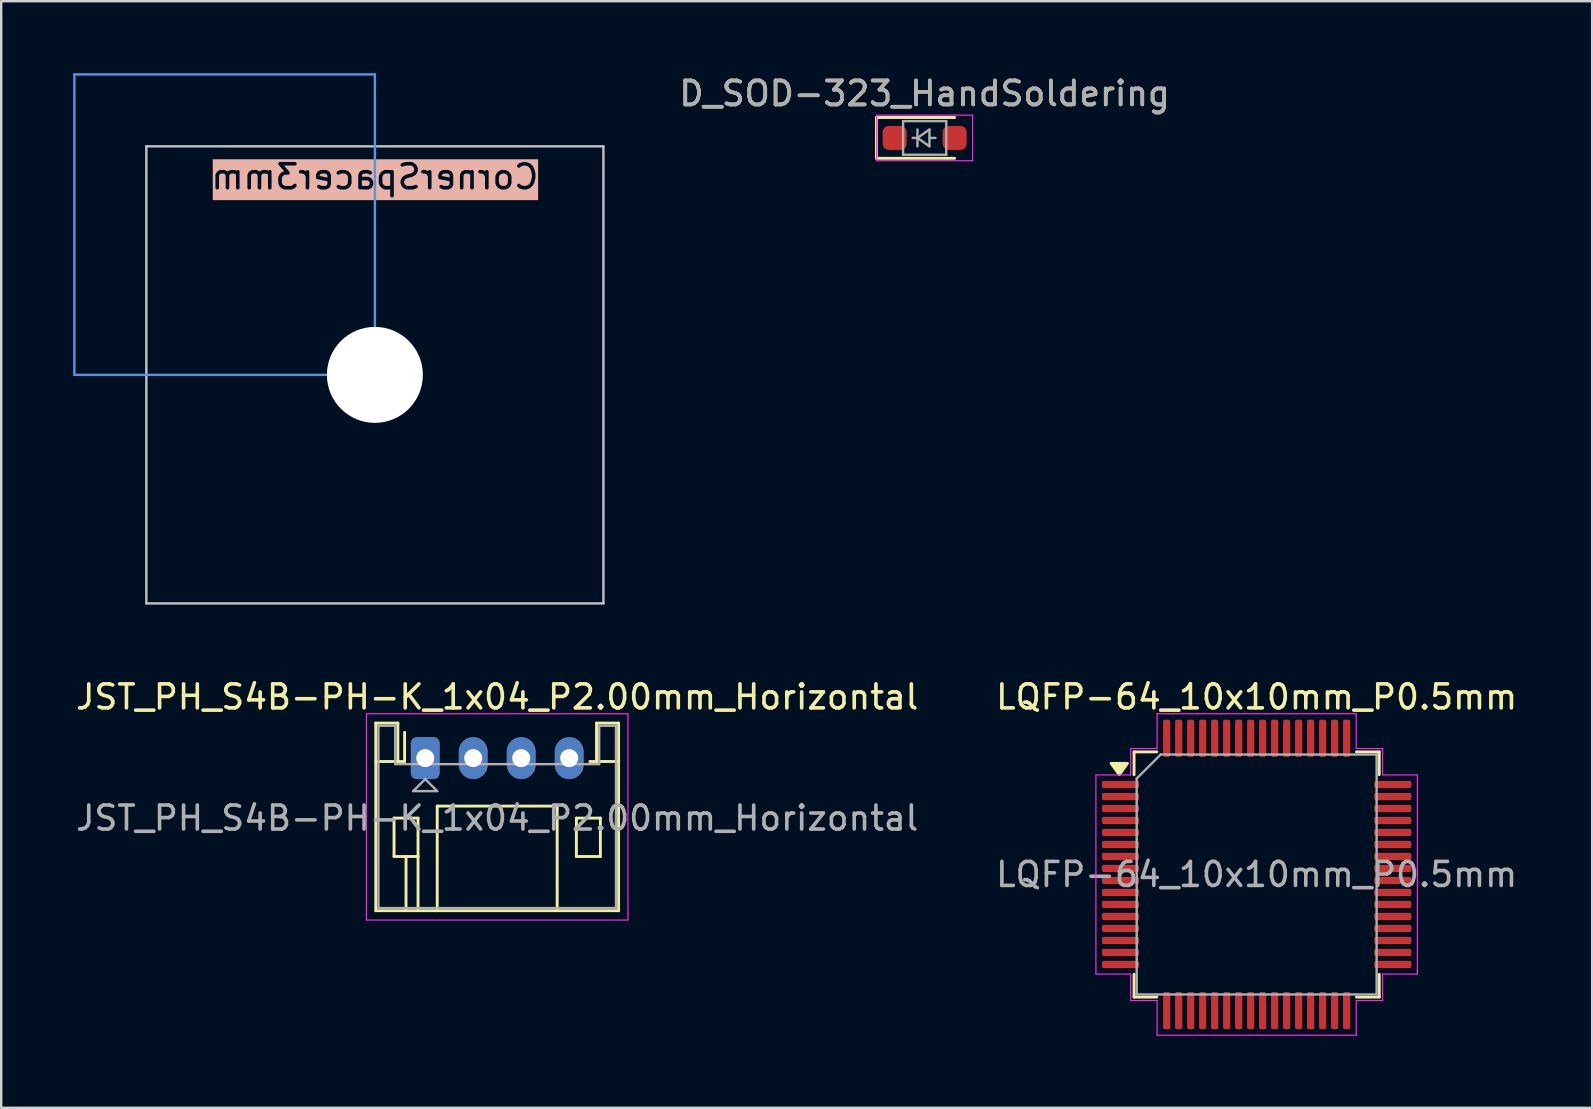
<source format=kicad_pcb>
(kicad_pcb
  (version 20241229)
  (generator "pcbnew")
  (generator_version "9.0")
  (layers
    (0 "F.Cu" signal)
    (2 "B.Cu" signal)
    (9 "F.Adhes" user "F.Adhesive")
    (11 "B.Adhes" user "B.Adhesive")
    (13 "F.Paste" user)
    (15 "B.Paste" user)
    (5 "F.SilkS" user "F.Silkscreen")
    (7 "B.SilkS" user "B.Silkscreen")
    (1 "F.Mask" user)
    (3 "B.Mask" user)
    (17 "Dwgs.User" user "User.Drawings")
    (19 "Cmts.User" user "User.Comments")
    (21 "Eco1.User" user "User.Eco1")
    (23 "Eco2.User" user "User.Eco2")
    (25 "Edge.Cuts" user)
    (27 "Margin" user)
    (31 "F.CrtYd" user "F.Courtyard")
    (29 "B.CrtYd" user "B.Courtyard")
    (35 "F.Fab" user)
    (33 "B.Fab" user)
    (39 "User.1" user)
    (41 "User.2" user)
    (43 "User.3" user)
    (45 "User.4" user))
  (footprint "JST_PH_S4B-PH-K_1x04_P2.00mm_Horizontal"
    (layer "F.Cu")
    (at 14.673 28.548)
    (property "Reference" "JST_PH_S4B-PH-K_1x04_P2.00mm_Horizontal" (at 3 -2.55 0) (layer "F.SilkS") (effects (font (size 1 1) (thickness 0.15))))
    (attr through_hole)
    (fp_line (start -2.06 -1.46) (end -2.06 6.36) (stroke (width 0.12) (type solid)) (layer "F.SilkS"))
    (fp_line (start -2.06 0.14) (end -1.14 0.14) (stroke (width 0.12) (type solid)) (layer "F.SilkS"))
    (fp_line (start -2.06 6.36) (end 8.06 6.36) (stroke (width 0.12) (type solid)) (layer "F.SilkS"))
    (fp_line (start -1.3 2.5) (end -1.3 4.1) (stroke (width 0.12) (type solid)) (layer "F.SilkS"))
    (fp_line (start -1.3 4.1) (end -0.3 4.1) (stroke (width 0.12) (type solid)) (layer "F.SilkS"))
    (fp_line (start -1.14 -1.46) (end -2.06 -1.46) (stroke (width 0.12) (type solid)) (layer "F.SilkS"))
    (fp_line (start -1.14 0.14) (end -1.14 -1.46) (stroke (width 0.12) (type solid)) (layer "F.SilkS"))
    (fp_line (start -0.86 0.14) (end -1.14 0.14) (stroke (width 0.12) (type solid)) (layer "F.SilkS"))
    (fp_line (start -0.86 0.14) (end -0.86 -1.075) (stroke (width 0.12) (type solid)) (layer "F.SilkS"))
    (fp_line (start -0.8 4.1) (end -0.8 6.36) (stroke (width 0.12) (type solid)) (layer "F.SilkS"))
    (fp_line (start -0.3 2.5) (end -1.3 2.5) (stroke (width 0.12) (type solid)) (layer "F.SilkS"))
    (fp_line (start -0.3 4.1) (end -0.3 2.5) (stroke (width 0.12) (type solid)) (layer "F.SilkS"))
    (fp_line (start -0.3 4.1) (end -0.3 6.36) (stroke (width 0.12) (type solid)) (layer "F.SilkS"))
    (fp_line (start 0.5 2) (end 5.5 2) (stroke (width 0.12) (type solid)) (layer "F.SilkS"))
    (fp_line (start 0.5 6.36) (end 0.5 2) (stroke (width 0.12) (type solid)) (layer "F.SilkS"))
    (fp_line (start 5.5 2) (end 5.5 6.36) (stroke (width 0.12) (type solid)) (layer "F.SilkS"))
    (fp_line (start 6.3 2.5) (end 7.3 2.5) (stroke (width 0.12) (type solid)) (layer "F.SilkS"))
    (fp_line (start 6.3 4.1) (end 6.3 2.5) (stroke (width 0.12) (type solid)) (layer "F.SilkS"))
    (fp_line (start 7.14 0.14) (end 6.86 0.14) (stroke (width 0.12) (type solid)) (layer "F.SilkS"))
    (fp_line (start 7.14 -1.46) (end 7.14 0.14) (stroke (width 0.12) (type solid)) (layer "F.SilkS"))
    (fp_line (start 7.3 2.5) (end 7.3 4.1) (stroke (width 0.12) (type solid)) (layer "F.SilkS"))
    (fp_line (start 7.3 4.1) (end 6.3 4.1) (stroke (width 0.12) (type solid)) (layer "F.SilkS"))
    (fp_line (start 8.06 -1.46) (end 7.14 -1.46) (stroke (width 0.12) (type solid)) (layer "F.SilkS"))
    (fp_line (start 8.06 0.14) (end 7.14 0.14) (stroke (width 0.12) (type solid)) (layer "F.SilkS"))
    (fp_line (start 8.06 6.36) (end 8.06 -1.46) (stroke (width 0.12) (type solid)) (layer "F.SilkS"))
    (fp_line (start -2.45 -1.85) (end -2.45 6.75) (stroke (width 0.05) (type solid)) (layer "F.CrtYd"))
    (fp_line (start -2.45 6.75) (end 8.45 6.75) (stroke (width 0.05) (type solid)) (layer "F.CrtYd"))
    (fp_line (start 8.45 -1.85) (end -2.45 -1.85) (stroke (width 0.05) (type solid)) (layer "F.CrtYd"))
    (fp_line (start 8.45 6.75) (end 8.45 -1.85) (stroke (width 0.05) (type solid)) (layer "F.CrtYd"))
    (fp_line (start -1.95 -1.35) (end -1.95 6.25) (stroke (width 0.1) (type solid)) (layer "F.Fab"))
    (fp_line (start -1.95 6.25) (end 7.95 6.25) (stroke (width 0.1) (type solid)) (layer "F.Fab"))
    (fp_line (start -1.25 -1.35) (end -1.95 -1.35) (stroke (width 0.1) (type solid)) (layer "F.Fab"))
    (fp_line (start -1.25 0.25) (end -1.25 -1.35) (stroke (width 0.1) (type solid)) (layer "F.Fab"))
    (fp_line (start -0.5 1.375) (end 0.5 1.375) (stroke (width 0.1) (type solid)) (layer "F.Fab"))
    (fp_line (start 0 0.875) (end -0.5 1.375) (stroke (width 0.1) (type solid)) (layer "F.Fab"))
    (fp_line (start 0.5 1.375) (end 0 0.875) (stroke (width 0.1) (type solid)) (layer "F.Fab"))
    (fp_line (start 7.25 -1.35) (end 7.25 0.25) (stroke (width 0.1) (type solid)) (layer "F.Fab"))
    (fp_line (start 7.25 0.25) (end -1.25 0.25) (stroke (width 0.1) (type solid)) (layer "F.Fab"))
    (fp_line (start 7.95 -1.35) (end 7.25 -1.35) (stroke (width 0.1) (type solid)) (layer "F.Fab"))
    (fp_line (start 7.95 6.25) (end 7.95 -1.35) (stroke (width 0.1) (type solid)) (layer "F.Fab"))
    (fp_text user "${REFERENCE}" (at 3 2.5 0) (layer "F.Fab") (effects (font (size 1 1) (thickness 0.15))))
    (pad "1" thru_hole roundrect (at 0 0 180) (size 1.2 1.75) (drill 0.75) (layers "*.Cu" "*.Mask") (roundrect_rratio 0.208))
    (pad "2" thru_hole oval (at 2 0 180) (size 1.2 1.75) (drill 0.75) (layers "*.Cu" "*.Mask"))
    (pad "3" thru_hole oval (at 4 0 180) (size 1.2 1.75) (drill 0.75) (layers "*.Cu" "*.Mask"))
    (pad "4" thru_hole oval (at 6 0 180) (size 1.2 1.75) (drill 0.75) (layers "*.Cu" "*.Mask")))
  (footprint "D_SOD-323_HandSoldering"
    (layer "F.Cu")
    (at 35.489 2.698)
    (property "Reference" "D_SOD-323_HandSoldering" (at 0 -1.85 0) (layer "F.SilkS") (effects (font (size 1 1) (thickness 0.15))))
    (attr smd)
    (fp_line (start -2.01 -0.85) (end -2.01 0.85) (stroke (width 0.12) (type solid)) (layer "F.SilkS"))
    (fp_line (start -2.01 -0.85) (end 1.25 -0.85) (stroke (width 0.12) (type solid)) (layer "F.SilkS"))
    (fp_line (start -2.01 0.85) (end 1.25 0.85) (stroke (width 0.12) (type solid)) (layer "F.SilkS"))
    (fp_line (start -2 -0.95) (end -2 0.95) (stroke (width 0.05) (type solid)) (layer "F.CrtYd"))
    (fp_line (start -2 -0.95) (end 2 -0.95) (stroke (width 0.05) (type solid)) (layer "F.CrtYd"))
    (fp_line (start -2 0.95) (end 2 0.95) (stroke (width 0.05) (type solid)) (layer "F.CrtYd"))
    (fp_line (start 2 -0.95) (end 2 0.95) (stroke (width 0.05) (type solid)) (layer "F.CrtYd"))
    (fp_line (start -0.9 -0.7) (end 0.9 -0.7) (stroke (width 0.1) (type solid)) (layer "F.Fab"))
    (fp_line (start -0.9 0.7) (end -0.9 -0.7) (stroke (width 0.1) (type solid)) (layer "F.Fab"))
    (fp_line (start -0.3 -0.35) (end -0.3 0.35) (stroke (width 0.1) (type solid)) (layer "F.Fab"))
    (fp_line (start -0.3 0) (end -0.5 0) (stroke (width 0.1) (type solid)) (layer "F.Fab"))
    (fp_line (start -0.3 0) (end 0.2 -0.35) (stroke (width 0.1) (type solid)) (layer "F.Fab"))
    (fp_line (start 0.2 -0.35) (end 0.2 0.35) (stroke (width 0.1) (type solid)) (layer "F.Fab"))
    (fp_line (start 0.2 0) (end 0.45 0) (stroke (width 0.1) (type solid)) (layer "F.Fab"))
    (fp_line (start 0.2 0.35) (end -0.3 0) (stroke (width 0.1) (type solid)) (layer "F.Fab"))
    (fp_line (start 0.9 -0.7) (end 0.9 0.7) (stroke (width 0.1) (type solid)) (layer "F.Fab"))
    (fp_line (start 0.9 0.7) (end -0.9 0.7) (stroke (width 0.1) (type solid)) (layer "F.Fab"))
    (fp_text user "${REFERENCE}" (at 0 -1.85 0) (layer "F.Fab") (effects (font (size 1 1) (thickness 0.15))))
    (pad "1" smd roundrect (at -1.25 0 180) (size 1 1) (layers "F.Cu" "F.Mask" "F.Paste") (roundrect_rratio 0.25))
    (pad "2" smd roundrect (at 1.25 0 180) (size 1 1) (layers "F.Cu" "F.Mask" "F.Paste") (roundrect_rratio 0.25)))
  (footprint "CornerSpacer3mm"
    (layer "F.Cu")
    (at 12.575 12.575)
    (property "Reference" "CornerSpacer3mm" (at 0 -8.255 0) (layer "B.SilkS" knockout) (effects (font (size 1 1) (thickness 0.15)) (justify mirror)))
    (attr through_hole board_only exclude_from_pos_files exclude_from_bom allow_missing_courtyard dnp)
    (fp_line (start -9.525 -9.525) (end -9.525 9.525) (stroke (width 0.1) (type solid)) (layer "Dwgs.User"))
    (fp_line (start -9.525 9.525) (end 9.525 9.525) (stroke (width 0.1) (type solid)) (layer "Dwgs.User"))
    (fp_line (start 9.525 -9.525) (end -9.525 -9.525) (stroke (width 0.1) (type solid)) (layer "Dwgs.User"))
    (fp_line (start 9.525 9.525) (end 9.525 -9.525) (stroke (width 0.1) (type solid)) (layer "Dwgs.User"))
    (fp_line (start -12.525 0) (end -12.525 -12.525) (stroke (width 0.1) (type default)) (layer "Cmts.User"))
    (fp_line (start -9.525 0) (end -12.525 0) (stroke (width 0.1) (type default)) (layer "Cmts.User"))
    (fp_line (start 0 -12.525) (end -12.525 -12.525) (stroke (width 0.1) (type default)) (layer "Cmts.User"))
    (fp_line (start 0 -9.525) (end 0 -12.525) (stroke (width 0.1) (type default)) (layer "Cmts.User"))
    (fp_line (start 0 0) (end -9.525 0) (stroke (width 0.1) (type default)) (layer "Cmts.User"))
    (fp_line (start 0 0) (end 0 -9.525) (stroke (width 0.1) (type default)) (layer "Cmts.User"))
    (pad "" np_thru_hole circle (at 0 0) (size 4 4) (drill 4) (layers "*.Cu" "*.Mask")))
  (footprint "LQFP-64_10x10mm_P0.5mm"
    (layer "F.Cu")
    (at 49.327 33.398)
    (property "Reference" "LQFP-64_10x10mm_P0.5mm" (at 0 -7.4 0) (layer "F.SilkS") (effects (font (size 1 1) (thickness 0.15))))
    (attr smd)
    (fp_line (start -5.11 -5.11) (end -5.11 -4.16) (stroke (width 0.12) (type solid)) (layer "F.SilkS"))
    (fp_line (start -5.11 5.11) (end -5.11 4.16) (stroke (width 0.12) (type solid)) (layer "F.SilkS"))
    (fp_line (start -4.16 -5.11) (end -5.11 -5.11) (stroke (width 0.12) (type solid)) (layer "F.SilkS"))
    (fp_line (start -4.16 5.11) (end -5.11 5.11) (stroke (width 0.12) (type solid)) (layer "F.SilkS"))
    (fp_line (start 4.16 -5.11) (end 5.11 -5.11) (stroke (width 0.12) (type solid)) (layer "F.SilkS"))
    (fp_line (start 4.16 5.11) (end 5.11 5.11) (stroke (width 0.12) (type solid)) (layer "F.SilkS"))
    (fp_line (start 5.11 -5.11) (end 5.11 -4.16) (stroke (width 0.12) (type solid)) (layer "F.SilkS"))
    (fp_line (start 5.11 5.11) (end 5.11 4.16) (stroke (width 0.12) (type solid)) (layer "F.SilkS"))
    (fp_poly (pts (xy -5.725 -4.16) (xy -6.065 -4.63) (xy -5.385 -4.63) (xy -5.725 -4.16)) (stroke (width 0.12) (type solid)) (fill yes) (layer "F.SilkS"))
    (fp_line (start -6.7 -4.15) (end -6.7 0) (stroke (width 0.05) (type solid)) (layer "F.CrtYd"))
    (fp_line (start -6.7 4.15) (end -6.7 0) (stroke (width 0.05) (type solid)) (layer "F.CrtYd"))
    (fp_line (start -5.25 -5.25) (end -5.25 -4.15) (stroke (width 0.05) (type solid)) (layer "F.CrtYd"))
    (fp_line (start -5.25 -4.15) (end -6.7 -4.15) (stroke (width 0.05) (type solid)) (layer "F.CrtYd"))
    (fp_line (start -5.25 4.15) (end -6.7 4.15) (stroke (width 0.05) (type solid)) (layer "F.CrtYd"))
    (fp_line (start -5.25 5.25) (end -5.25 4.15) (stroke (width 0.05) (type solid)) (layer "F.CrtYd"))
    (fp_line (start -4.15 -6.7) (end -4.15 -5.25) (stroke (width 0.05) (type solid)) (layer "F.CrtYd"))
    (fp_line (start -4.15 -5.25) (end -5.25 -5.25) (stroke (width 0.05) (type solid)) (layer "F.CrtYd"))
    (fp_line (start -4.15 5.25) (end -5.25 5.25) (stroke (width 0.05) (type solid)) (layer "F.CrtYd"))
    (fp_line (start -4.15 6.7) (end -4.15 5.25) (stroke (width 0.05) (type solid)) (layer "F.CrtYd"))
    (fp_line (start 0 -6.7) (end -4.15 -6.7) (stroke (width 0.05) (type solid)) (layer "F.CrtYd"))
    (fp_line (start 0 -6.7) (end 4.15 -6.7) (stroke (width 0.05) (type solid)) (layer "F.CrtYd"))
    (fp_line (start 0 6.7) (end -4.15 6.7) (stroke (width 0.05) (type solid)) (layer "F.CrtYd"))
    (fp_line (start 0 6.7) (end 4.15 6.7) (stroke (width 0.05) (type solid)) (layer "F.CrtYd"))
    (fp_line (start 4.15 -6.7) (end 4.15 -5.25) (stroke (width 0.05) (type solid)) (layer "F.CrtYd"))
    (fp_line (start 4.15 -5.25) (end 5.25 -5.25) (stroke (width 0.05) (type solid)) (layer "F.CrtYd"))
    (fp_line (start 4.15 5.25) (end 5.25 5.25) (stroke (width 0.05) (type solid)) (layer "F.CrtYd"))
    (fp_line (start 4.15 6.7) (end 4.15 5.25) (stroke (width 0.05) (type solid)) (layer "F.CrtYd"))
    (fp_line (start 5.25 -5.25) (end 5.25 -4.15) (stroke (width 0.05) (type solid)) (layer "F.CrtYd"))
    (fp_line (start 5.25 -4.15) (end 6.7 -4.15) (stroke (width 0.05) (type solid)) (layer "F.CrtYd"))
    (fp_line (start 5.25 4.15) (end 6.7 4.15) (stroke (width 0.05) (type solid)) (layer "F.CrtYd"))
    (fp_line (start 5.25 5.25) (end 5.25 4.15) (stroke (width 0.05) (type solid)) (layer "F.CrtYd"))
    (fp_line (start 6.7 -4.15) (end 6.7 0) (stroke (width 0.05) (type solid)) (layer "F.CrtYd"))
    (fp_line (start 6.7 4.15) (end 6.7 0) (stroke (width 0.05) (type solid)) (layer "F.CrtYd"))
    (fp_line (start -5 -4) (end -4 -5) (stroke (width 0.1) (type solid)) (layer "F.Fab"))
    (fp_line (start -5 5) (end -5 -4) (stroke (width 0.1) (type solid)) (layer "F.Fab"))
    (fp_line (start -4 -5) (end 5 -5) (stroke (width 0.1) (type solid)) (layer "F.Fab"))
    (fp_line (start 5 -5) (end 5 5) (stroke (width 0.1) (type solid)) (layer "F.Fab"))
    (fp_line (start 5 5) (end -5 5) (stroke (width 0.1) (type solid)) (layer "F.Fab"))
    (fp_text user "${REFERENCE}" (at 0 0 0) (layer "F.Fab") (effects (font (size 1 1) (thickness 0.15))))
    (pad "1" smd roundrect (at -5.675 -3.75 180) (size 1.55 0.3) (layers "F.Cu" "F.Mask" "F.Paste") (roundrect_rratio 0.25))
    (pad "2" smd roundrect (at -5.675 -3.25 180) (size 1.55 0.3) (layers "F.Cu" "F.Mask" "F.Paste") (roundrect_rratio 0.25))
    (pad "3" smd roundrect (at -5.675 -2.75 180) (size 1.55 0.3) (layers "F.Cu" "F.Mask" "F.Paste") (roundrect_rratio 0.25))
    (pad "4" smd roundrect (at -5.675 -2.25 180) (size 1.55 0.3) (layers "F.Cu" "F.Mask" "F.Paste") (roundrect_rratio 0.25))
    (pad "5" smd roundrect (at -5.675 -1.75 180) (size 1.55 0.3) (layers "F.Cu" "F.Mask" "F.Paste") (roundrect_rratio 0.25))
    (pad "6" smd roundrect (at -5.675 -1.25 180) (size 1.55 0.3) (layers "F.Cu" "F.Mask" "F.Paste") (roundrect_rratio 0.25))
    (pad "7" smd roundrect (at -5.675 -0.75 180) (size 1.55 0.3) (layers "F.Cu" "F.Mask" "F.Paste") (roundrect_rratio 0.25))
    (pad "8" smd roundrect (at -5.675 -0.25 180) (size 1.55 0.3) (layers "F.Cu" "F.Mask" "F.Paste") (roundrect_rratio 0.25))
    (pad "9" smd roundrect (at -5.675 0.25 180) (size 1.55 0.3) (layers "F.Cu" "F.Mask" "F.Paste") (roundrect_rratio 0.25))
    (pad "10" smd roundrect (at -5.675 0.75 180) (size 1.55 0.3) (layers "F.Cu" "F.Mask" "F.Paste") (roundrect_rratio 0.25))
    (pad "11" smd roundrect (at -5.675 1.25 180) (size 1.55 0.3) (layers "F.Cu" "F.Mask" "F.Paste") (roundrect_rratio 0.25))
    (pad "12" smd roundrect (at -5.675 1.75 180) (size 1.55 0.3) (layers "F.Cu" "F.Mask" "F.Paste") (roundrect_rratio 0.25))
    (pad "13" smd roundrect (at -5.675 2.25 180) (size 1.55 0.3) (layers "F.Cu" "F.Mask" "F.Paste") (roundrect_rratio 0.25))
    (pad "14" smd roundrect (at -5.675 2.75 180) (size 1.55 0.3) (layers "F.Cu" "F.Mask" "F.Paste") (roundrect_rratio 0.25))
    (pad "15" smd roundrect (at -5.675 3.25 180) (size 1.55 0.3) (layers "F.Cu" "F.Mask" "F.Paste") (roundrect_rratio 0.25))
    (pad "16" smd roundrect (at -5.675 3.75 180) (size 1.55 0.3) (layers "F.Cu" "F.Mask" "F.Paste") (roundrect_rratio 0.25))
    (pad "17" smd roundrect (at -3.75 5.675 180) (size 0.3 1.55) (layers "F.Cu" "F.Mask" "F.Paste") (roundrect_rratio 0.25))
    (pad "18" smd roundrect (at -3.25 5.675 180) (size 0.3 1.55) (layers "F.Cu" "F.Mask" "F.Paste") (roundrect_rratio 0.25))
    (pad "19" smd roundrect (at -2.75 5.675 180) (size 0.3 1.55) (layers "F.Cu" "F.Mask" "F.Paste") (roundrect_rratio 0.25))
    (pad "20" smd roundrect (at -2.25 5.675 180) (size 0.3 1.55) (layers "F.Cu" "F.Mask" "F.Paste") (roundrect_rratio 0.25))
    (pad "21" smd roundrect (at -1.75 5.675 180) (size 0.3 1.55) (layers "F.Cu" "F.Mask" "F.Paste") (roundrect_rratio 0.25))
    (pad "22" smd roundrect (at -1.25 5.675 180) (size 0.3 1.55) (layers "F.Cu" "F.Mask" "F.Paste") (roundrect_rratio 0.25))
    (pad "23" smd roundrect (at -0.75 5.675 180) (size 0.3 1.55) (layers "F.Cu" "F.Mask" "F.Paste") (roundrect_rratio 0.25))
    (pad "24" smd roundrect (at -0.25 5.675 180) (size 0.3 1.55) (layers "F.Cu" "F.Mask" "F.Paste") (roundrect_rratio 0.25))
    (pad "25" smd roundrect (at 0.25 5.675 180) (size 0.3 1.55) (layers "F.Cu" "F.Mask" "F.Paste") (roundrect_rratio 0.25))
    (pad "26" smd roundrect (at 0.75 5.675 180) (size 0.3 1.55) (layers "F.Cu" "F.Mask" "F.Paste") (roundrect_rratio 0.25))
    (pad "27" smd roundrect (at 1.25 5.675 180) (size 0.3 1.55) (layers "F.Cu" "F.Mask" "F.Paste") (roundrect_rratio 0.25))
    (pad "28" smd roundrect (at 1.75 5.675 180) (size 0.3 1.55) (layers "F.Cu" "F.Mask" "F.Paste") (roundrect_rratio 0.25))
    (pad "29" smd roundrect (at 2.25 5.675 180) (size 0.3 1.55) (layers "F.Cu" "F.Mask" "F.Paste") (roundrect_rratio 0.25))
    (pad "30" smd roundrect (at 2.75 5.675 180) (size 0.3 1.55) (layers "F.Cu" "F.Mask" "F.Paste") (roundrect_rratio 0.25))
    (pad "31" smd roundrect (at 3.25 5.675 180) (size 0.3 1.55) (layers "F.Cu" "F.Mask" "F.Paste") (roundrect_rratio 0.25))
    (pad "32" smd roundrect (at 3.75 5.675 180) (size 0.3 1.55) (layers "F.Cu" "F.Mask" "F.Paste") (roundrect_rratio 0.25))
    (pad "33" smd roundrect (at 5.675 3.75 180) (size 1.55 0.3) (layers "F.Cu" "F.Mask" "F.Paste") (roundrect_rratio 0.25))
    (pad "34" smd roundrect (at 5.675 3.25 180) (size 1.55 0.3) (layers "F.Cu" "F.Mask" "F.Paste") (roundrect_rratio 0.25))
    (pad "35" smd roundrect (at 5.675 2.75 180) (size 1.55 0.3) (layers "F.Cu" "F.Mask" "F.Paste") (roundrect_rratio 0.25))
    (pad "36" smd roundrect (at 5.675 2.25 180) (size 1.55 0.3) (layers "F.Cu" "F.Mask" "F.Paste") (roundrect_rratio 0.25))
    (pad "37" smd roundrect (at 5.675 1.75 180) (size 1.55 0.3) (layers "F.Cu" "F.Mask" "F.Paste") (roundrect_rratio 0.25))
    (pad "38" smd roundrect (at 5.675 1.25 180) (size 1.55 0.3) (layers "F.Cu" "F.Mask" "F.Paste") (roundrect_rratio 0.25))
    (pad "39" smd roundrect (at 5.675 0.75 180) (size 1.55 0.3) (layers "F.Cu" "F.Mask" "F.Paste") (roundrect_rratio 0.25))
    (pad "40" smd roundrect (at 5.675 0.25 180) (size 1.55 0.3) (layers "F.Cu" "F.Mask" "F.Paste") (roundrect_rratio 0.25))
    (pad "41" smd roundrect (at 5.675 -0.25 180) (size 1.55 0.3) (layers "F.Cu" "F.Mask" "F.Paste") (roundrect_rratio 0.25))
    (pad "42" smd roundrect (at 5.675 -0.75 180) (size 1.55 0.3) (layers "F.Cu" "F.Mask" "F.Paste") (roundrect_rratio 0.25))
    (pad "43" smd roundrect (at 5.675 -1.25 180) (size 1.55 0.3) (layers "F.Cu" "F.Mask" "F.Paste") (roundrect_rratio 0.25))
    (pad "44" smd roundrect (at 5.675 -1.75 180) (size 1.55 0.3) (layers "F.Cu" "F.Mask" "F.Paste") (roundrect_rratio 0.25))
    (pad "45" smd roundrect (at 5.675 -2.25 180) (size 1.55 0.3) (layers "F.Cu" "F.Mask" "F.Paste") (roundrect_rratio 0.25))
    (pad "46" smd roundrect (at 5.675 -2.75 180) (size 1.55 0.3) (layers "F.Cu" "F.Mask" "F.Paste") (roundrect_rratio 0.25))
    (pad "47" smd roundrect (at 5.675 -3.25 180) (size 1.55 0.3) (layers "F.Cu" "F.Mask" "F.Paste") (roundrect_rratio 0.25))
    (pad "48" smd roundrect (at 5.675 -3.75 180) (size 1.55 0.3) (layers "F.Cu" "F.Mask" "F.Paste") (roundrect_rratio 0.25))
    (pad "49" smd roundrect (at 3.75 -5.675 180) (size 0.3 1.55) (layers "F.Cu" "F.Mask" "F.Paste") (roundrect_rratio 0.25))
    (pad "50" smd roundrect (at 3.25 -5.675 180) (size 0.3 1.55) (layers "F.Cu" "F.Mask" "F.Paste") (roundrect_rratio 0.25))
    (pad "51" smd roundrect (at 2.75 -5.675 180) (size 0.3 1.55) (layers "F.Cu" "F.Mask" "F.Paste") (roundrect_rratio 0.25))
    (pad "52" smd roundrect (at 2.25 -5.675 180) (size 0.3 1.55) (layers "F.Cu" "F.Mask" "F.Paste") (roundrect_rratio 0.25))
    (pad "53" smd roundrect (at 1.75 -5.675 180) (size 0.3 1.55) (layers "F.Cu" "F.Mask" "F.Paste") (roundrect_rratio 0.25))
    (pad "54" smd roundrect (at 1.25 -5.675 180) (size 0.3 1.55) (layers "F.Cu" "F.Mask" "F.Paste") (roundrect_rratio 0.25))
    (pad "55" smd roundrect (at 0.75 -5.675 180) (size 0.3 1.55) (layers "F.Cu" "F.Mask" "F.Paste") (roundrect_rratio 0.25))
    (pad "56" smd roundrect (at 0.25 -5.675 180) (size 0.3 1.55) (layers "F.Cu" "F.Mask" "F.Paste") (roundrect_rratio 0.25))
    (pad "57" smd roundrect (at -0.25 -5.675 180) (size 0.3 1.55) (layers "F.Cu" "F.Mask" "F.Paste") (roundrect_rratio 0.25))
    (pad "58" smd roundrect (at -0.75 -5.675 180) (size 0.3 1.55) (layers "F.Cu" "F.Mask" "F.Paste") (roundrect_rratio 0.25))
    (pad "59" smd roundrect (at -1.25 -5.675 180) (size 0.3 1.55) (layers "F.Cu" "F.Mask" "F.Paste") (roundrect_rratio 0.25))
    (pad "60" smd roundrect (at -1.75 -5.675 180) (size 0.3 1.55) (layers "F.Cu" "F.Mask" "F.Paste") (roundrect_rratio 0.25))
    (pad "61" smd roundrect (at -2.25 -5.675 180) (size 0.3 1.55) (layers "F.Cu" "F.Mask" "F.Paste") (roundrect_rratio 0.25))
    (pad "62" smd roundrect (at -2.75 -5.675 180) (size 0.3 1.55) (layers "F.Cu" "F.Mask" "F.Paste") (roundrect_rratio 0.25))
    (pad "63" smd roundrect (at -3.25 -5.675 180) (size 0.3 1.55) (layers "F.Cu" "F.Mask" "F.Paste") (roundrect_rratio 0.25))
    (pad "64" smd roundrect (at -3.75 -5.675 180) (size 0.3 1.55) (layers "F.Cu" "F.Mask" "F.Paste") (roundrect_rratio 0.25)))
  (gr_rect
    (start -3 -3)
    (end 63.31 43.123)
    (stroke (width 0.1) (type default))
    (fill no)
    (layer "Edge.Cuts")))
</source>
